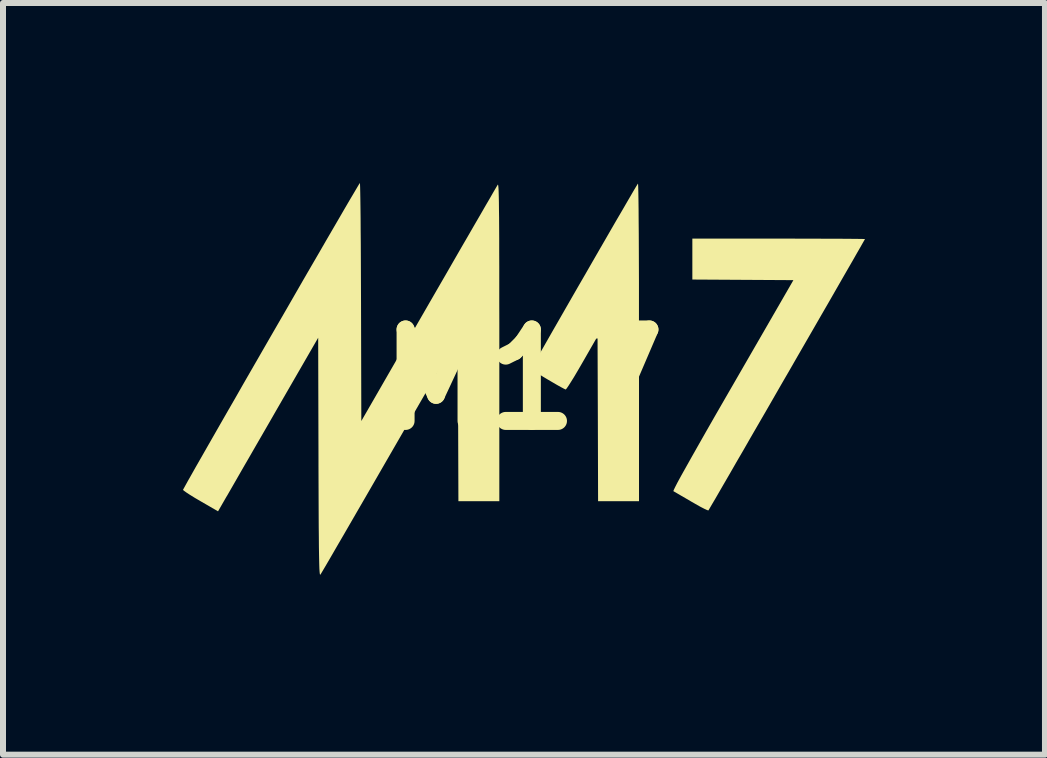
<source format=kicad_pcb>
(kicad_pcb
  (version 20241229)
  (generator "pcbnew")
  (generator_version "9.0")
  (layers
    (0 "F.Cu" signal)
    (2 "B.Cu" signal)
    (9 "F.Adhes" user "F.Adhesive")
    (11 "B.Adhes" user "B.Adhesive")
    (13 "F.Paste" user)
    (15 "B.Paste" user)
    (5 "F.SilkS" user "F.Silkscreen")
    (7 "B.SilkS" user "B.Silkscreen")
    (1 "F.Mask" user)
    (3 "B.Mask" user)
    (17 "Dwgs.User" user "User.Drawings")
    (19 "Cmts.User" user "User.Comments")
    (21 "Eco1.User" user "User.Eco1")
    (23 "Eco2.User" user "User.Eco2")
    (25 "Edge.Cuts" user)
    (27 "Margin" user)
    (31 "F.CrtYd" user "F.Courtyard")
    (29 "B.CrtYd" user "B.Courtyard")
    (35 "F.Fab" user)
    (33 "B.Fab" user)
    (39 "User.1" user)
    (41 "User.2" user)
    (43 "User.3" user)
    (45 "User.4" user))
  (footprint "M17"
    (layer "F.Cu")
    (at 5.669 3.276)
    (property "Reference" "M17" (at 0 0 0) (layer "F.SilkS") (effects (font (size 1.524 1.524) (thickness 0.3))))
    (attr board_only exclude_from_pos_files exclude_from_bom)
    (fp_poly (pts (xy 1.916 -3.25) (xy 1.918 -3.197) (xy 1.92 -3.11) (xy 1.922 -2.988) (xy 1.924 -2.834) (xy 1.925 -2.649) (xy 1.927 -2.434) (xy 1.928 -2.191) (xy 1.929 -1.92) (xy 1.93 -1.625) (xy 1.93 -1.305) (xy 1.93 -0.962) (xy 1.931 -0.629) (xy 1.931 2.027) (xy 1.249 2.027) (xy 1.245 0.653) (xy 1.24 -0.721) (xy 0.984 -0.275) (xy 0.916 -0.158) (xy 0.854 -0.053) (xy 0.799 0.036) (xy 0.755 0.105) (xy 0.724 0.15) (xy 0.709 0.166) (xy 0.709 0.166) (xy 0.683 0.154) (xy 0.632 0.127) (xy 0.564 0.089) (xy 0.485 0.043) (xy 0.401 -0.006) (xy 0.318 -0.056) (xy 0.244 -0.101) (xy 0.184 -0.139) (xy 0.145 -0.165) (xy 0.133 -0.176) (xy 0.142 -0.194) (xy 0.168 -0.242) (xy 0.211 -0.317) (xy 0.267 -0.417) (xy 0.337 -0.538) (xy 0.417 -0.679) (xy 0.506 -0.835) (xy 0.604 -1.005) (xy 0.707 -1.185) (xy 0.815 -1.373) (xy 0.926 -1.566) (xy 1.039 -1.761) (xy 1.151 -1.956) (xy 1.261 -2.147) (xy 1.368 -2.332) (xy 1.47 -2.509) (xy 1.565 -2.673) (xy 1.653 -2.823) (xy 1.73 -2.956) (xy 1.796 -3.069) (xy 1.848 -3.159) (xy 1.887 -3.224) (xy 1.909 -3.26) (xy 1.913 -3.266)) (stroke (width 0) (type solid)) (fill yes) (layer "F.SilkS"))
    (fp_poly (pts (xy 4.488 -2.349) (xy 4.707 -2.348) (xy 4.911 -2.348) (xy 5.098 -2.347) (xy 5.264 -2.347) (xy 5.408 -2.346) (xy 5.527 -2.345) (xy 5.616 -2.344) (xy 5.674 -2.343) (xy 5.697 -2.342) (xy 5.697 -2.342) (xy 5.688 -2.325) (xy 5.661 -2.278) (xy 5.618 -2.202) (xy 5.559 -2.1) (xy 5.488 -1.975) (xy 5.403 -1.828) (xy 5.308 -1.663) (xy 5.203 -1.48) (xy 5.09 -1.283) (xy 4.969 -1.074) (xy 4.843 -0.855) (xy 4.712 -0.628) (xy 4.578 -0.396) (xy 4.443 -0.161) (xy 4.306 0.075) (xy 4.171 0.31) (xy 4.038 0.541) (xy 3.908 0.765) (xy 3.783 0.981) (xy 3.665 1.187) (xy 3.553 1.379) (xy 3.451 1.557) (xy 3.358 1.717) (xy 3.277 1.857) (xy 3.209 1.975) (xy 3.154 2.068) (xy 3.115 2.135) (xy 3.093 2.173) (xy 3.088 2.181) (xy 3.068 2.176) (xy 3.022 2.155) (xy 2.954 2.12) (xy 2.871 2.073) (xy 2.801 2.033) (xy 2.709 1.979) (xy 2.626 1.931) (xy 2.561 1.893) (xy 2.518 1.868) (xy 2.504 1.86) (xy 2.509 1.842) (xy 2.532 1.794) (xy 2.573 1.714) (xy 2.633 1.604) (xy 2.712 1.463) (xy 2.809 1.29) (xy 2.925 1.085) (xy 3.059 0.849) (xy 3.213 0.58) (xy 3.386 0.28) (xy 3.493 0.095) (xy 4.504 -1.657) (xy 3.662 -1.662) (xy 2.82 -1.667) (xy 2.82 -2.349) (xy 4.259 -2.349)) (stroke (width 0) (type solid)) (fill yes) (layer "F.SilkS"))
    (fp_poly (pts (xy -2.719 -3.258) (xy -2.717 -3.204) (xy -2.715 -3.117) (xy -2.713 -3) (xy -2.711 -2.855) (xy -2.709 -2.684) (xy -2.708 -2.49) (xy -2.706 -2.276) (xy -2.705 -2.044) (xy -2.704 -1.796) (xy -2.703 -1.535) (xy -2.702 -1.293) (xy -2.697 0.691) (xy -1.573 -1.26) (xy -1.428 -1.511) (xy -1.288 -1.753) (xy -1.155 -1.984) (xy -1.029 -2.203) (xy -0.911 -2.406) (xy -0.803 -2.593) (xy -0.706 -2.76) (xy -0.622 -2.906) (xy -0.55 -3.029) (xy -0.494 -3.127) (xy -0.453 -3.197) (xy -0.429 -3.238) (xy -0.423 -3.248) (xy -0.419 -3.248) (xy -0.416 -3.237) (xy -0.413 -3.213) (xy -0.41 -3.174) (xy -0.408 -3.119) (xy -0.406 -3.046) (xy -0.404 -2.953) (xy -0.403 -2.838) (xy -0.401 -2.7) (xy -0.4 -2.538) (xy -0.399 -2.349) (xy -0.399 -2.132) (xy -0.398 -1.885) (xy -0.398 -1.607) (xy -0.398 -1.295) (xy -0.397 -0.949) (xy -0.397 -0.629) (xy -0.397 2.027) (xy -1.079 2.027) (xy -1.088 -0.708) (xy -2.22 1.253) (xy -2.365 1.504) (xy -2.505 1.747) (xy -2.639 1.979) (xy -2.766 2.198) (xy -2.884 2.402) (xy -2.992 2.589) (xy -3.09 2.757) (xy -3.175 2.904) (xy -3.247 3.028) (xy -3.305 3.127) (xy -3.347 3.198) (xy -3.372 3.24) (xy -3.378 3.25) (xy -3.383 3.252) (xy -3.387 3.246) (xy -3.39 3.228) (xy -3.393 3.197) (xy -3.396 3.151) (xy -3.398 3.088) (xy -3.4 3.006) (xy -3.402 2.902) (xy -3.404 2.776) (xy -3.405 2.625) (xy -3.407 2.446) (xy -3.408 2.239) (xy -3.409 2) (xy -3.41 1.728) (xy -3.411 1.421) (xy -3.411 1.295) (xy -3.416 -0.697) (xy -4.117 0.517) (xy -4.234 0.721) (xy -4.349 0.92) (xy -4.46 1.112) (xy -4.564 1.293) (xy -4.661 1.46) (xy -4.747 1.61) (xy -4.821 1.739) (xy -4.882 1.845) (xy -4.927 1.923) (xy -4.951 1.963) (xy -5.085 2.196) (xy -5.377 2.027) (xy -5.471 1.972) (xy -5.552 1.922) (xy -5.616 1.88) (xy -5.656 1.851) (xy -5.669 1.838) (xy -5.659 1.819) (xy -5.632 1.77) (xy -5.589 1.692) (xy -5.53 1.588) (xy -5.458 1.46) (xy -5.372 1.31) (xy -5.275 1.14) (xy -5.168 0.953) (xy -5.052 0.75) (xy -4.928 0.534) (xy -4.797 0.307) (xy -4.662 0.07) (xy -4.522 -0.173) (xy -4.379 -0.421) (xy -4.235 -0.671) (xy -4.09 -0.922) (xy -3.946 -1.171) (xy -3.805 -1.416) (xy -3.667 -1.656) (xy -3.533 -1.887) (xy -3.405 -2.107) (xy -3.285 -2.315) (xy -3.172 -2.509) (xy -3.069 -2.686) (xy -2.978 -2.843) (xy -2.898 -2.98) (xy -2.831 -3.093) (xy -2.779 -3.181) (xy -2.743 -3.242) (xy -2.724 -3.272) (xy -2.721 -3.276)) (stroke (width 0) (type solid)) (fill yes) (layer "F.SilkS")))
  (gr_rect
    (start -3 -3)
    (end 14.366 9.528)
    (stroke (width 0.1) (type default))
    (fill no)
    (layer "Edge.Cuts")))
</source>
